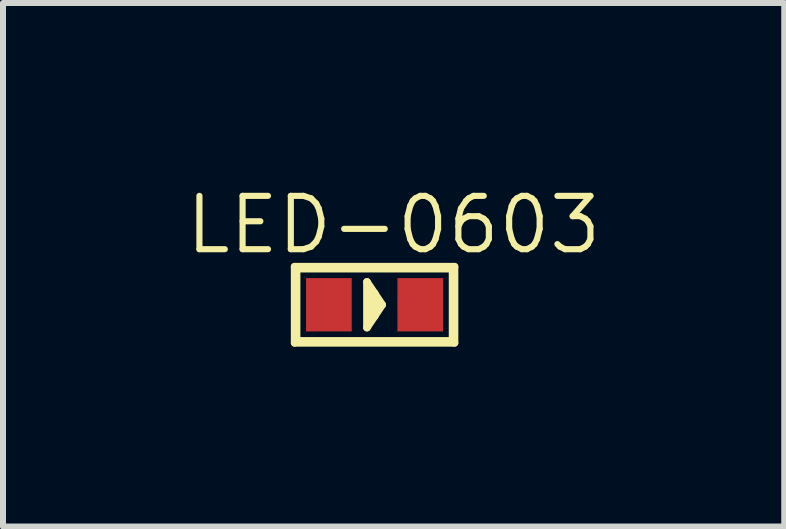
<source format=kicad_pcb>
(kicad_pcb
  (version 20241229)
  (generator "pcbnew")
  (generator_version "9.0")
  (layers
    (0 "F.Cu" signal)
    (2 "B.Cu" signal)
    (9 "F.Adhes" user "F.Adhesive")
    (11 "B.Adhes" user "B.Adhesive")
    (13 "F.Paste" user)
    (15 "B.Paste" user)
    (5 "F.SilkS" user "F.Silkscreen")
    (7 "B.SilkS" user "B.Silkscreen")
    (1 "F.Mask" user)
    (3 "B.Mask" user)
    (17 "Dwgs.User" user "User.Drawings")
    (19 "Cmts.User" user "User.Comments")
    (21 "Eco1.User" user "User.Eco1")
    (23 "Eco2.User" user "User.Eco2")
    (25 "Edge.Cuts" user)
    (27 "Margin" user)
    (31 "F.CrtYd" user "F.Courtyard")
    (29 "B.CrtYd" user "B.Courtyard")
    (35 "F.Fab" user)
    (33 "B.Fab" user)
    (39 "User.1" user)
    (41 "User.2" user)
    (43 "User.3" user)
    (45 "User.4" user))
  (footprint "LED-0603"
    (layer "F.Cu")
    (at 3.196 2.032)
    (property "Reference" "LED-0603" (at 0.318 -1.333 0) (layer "F.SilkS") (effects (font (size 0.889 0.889) (thickness 0.102))))
    (attr smd)
    (fp_line (start -1.333 -0.635) (end 1.333 -0.635) (stroke (width 0.127) (type solid)) (layer "F.SilkS"))
    (fp_line (start -1.333 0.635) (end -1.333 -0.635) (stroke (width 0.127) (type solid)) (layer "F.SilkS"))
    (fp_line (start -1.27 -0.572) (end 1.27 -0.572) (stroke (width 0.066) (type solid)) (layer "F.SilkS"))
    (fp_line (start -1.27 0.572) (end -1.27 -0.572) (stroke (width 0.066) (type solid)) (layer "F.SilkS"))
    (fp_line (start -1.27 0.572) (end 1.27 0.572) (stroke (width 0.066) (type solid)) (layer "F.SilkS"))
    (fp_line (start -0.127 -0.381) (end -0.127 0.381) (stroke (width 0.127) (type solid)) (layer "F.SilkS"))
    (fp_line (start -0.127 0.381) (end 0 0.191) (stroke (width 0.127) (type solid)) (layer "F.SilkS"))
    (fp_line (start -0.064 -0.254) (end -0.064 0.254) (stroke (width 0.127) (type solid)) (layer "F.SilkS"))
    (fp_line (start 0 -0.191) (end -0.127 -0.381) (stroke (width 0.127) (type solid)) (layer "F.SilkS"))
    (fp_line (start 0 -0.191) (end 0 0.191) (stroke (width 0.127) (type solid)) (layer "F.SilkS"))
    (fp_line (start 0 0.191) (end 0.127 0) (stroke (width 0.127) (type solid)) (layer "F.SilkS"))
    (fp_line (start 0.127 0) (end 0 -0.191) (stroke (width 0.127) (type solid)) (layer "F.SilkS"))
    (fp_line (start 1.27 0.572) (end 1.27 -0.572) (stroke (width 0.066) (type solid)) (layer "F.SilkS"))
    (fp_line (start 1.333 -0.635) (end 1.333 0.635) (stroke (width 0.127) (type solid)) (layer "F.SilkS"))
    (fp_line (start 1.333 0.635) (end -1.333 0.635) (stroke (width 0.127) (type solid)) (layer "F.SilkS"))
    (pad "+" smd rect (at -0.762 0) (size 0.762 0.889) (layers "F.Cu" "F.Mask" "F.Paste"))
    (pad "-" smd rect (at 0.762 0) (size 0.762 0.889) (layers "F.Cu" "F.Mask" "F.Paste")))
  (gr_rect
    (start -3 -3)
    (end 10.027 5.73)
    (stroke (width 0.1) (type default))
    (fill no)
    (layer "Edge.Cuts")))
</source>
